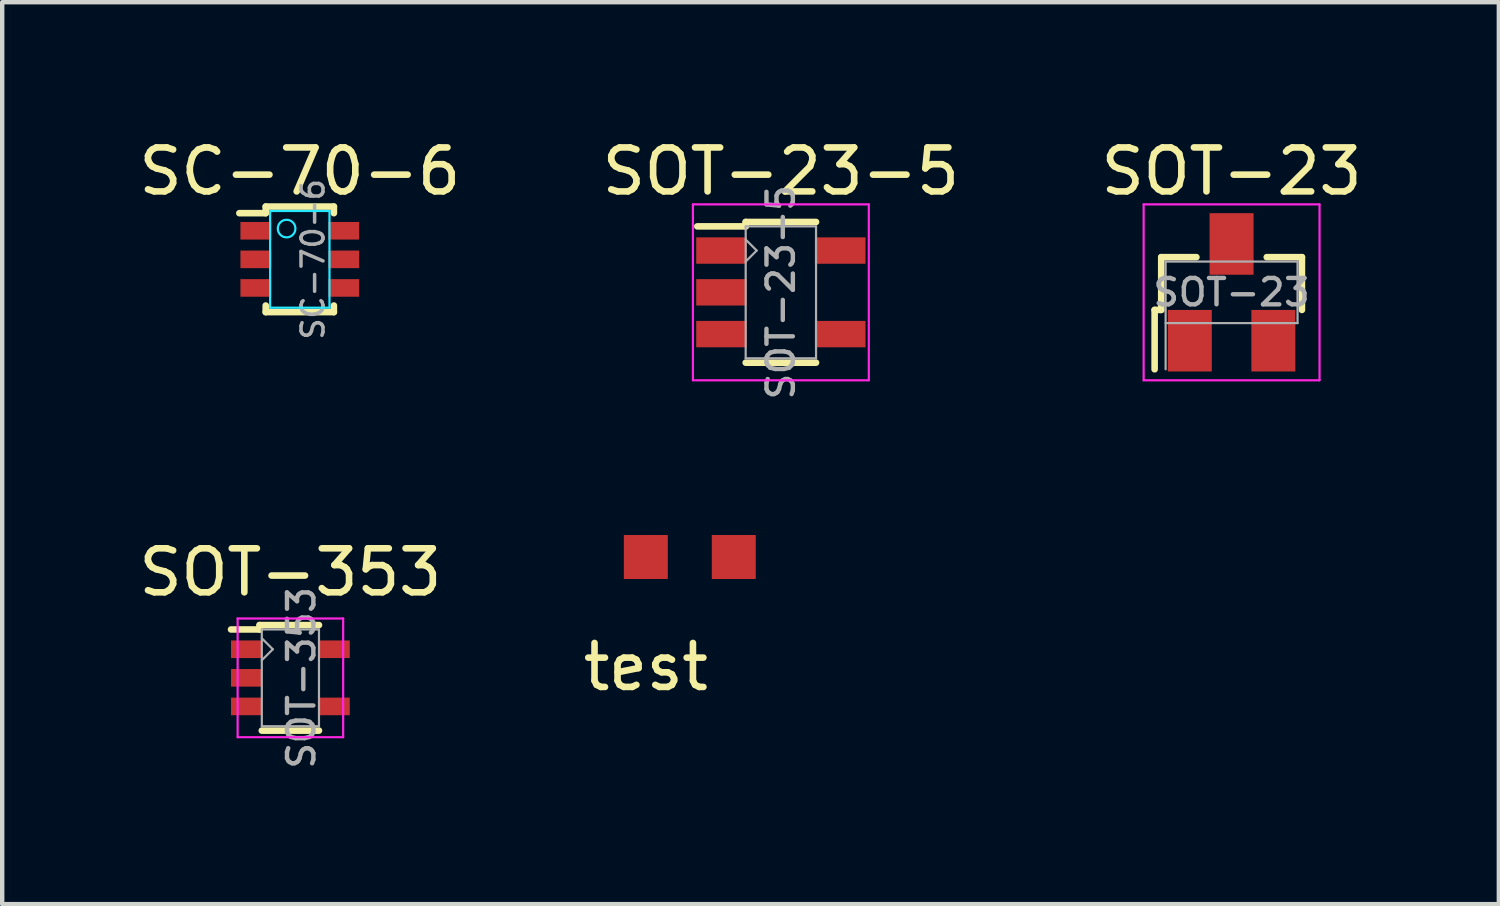
<source format=kicad_pcb>
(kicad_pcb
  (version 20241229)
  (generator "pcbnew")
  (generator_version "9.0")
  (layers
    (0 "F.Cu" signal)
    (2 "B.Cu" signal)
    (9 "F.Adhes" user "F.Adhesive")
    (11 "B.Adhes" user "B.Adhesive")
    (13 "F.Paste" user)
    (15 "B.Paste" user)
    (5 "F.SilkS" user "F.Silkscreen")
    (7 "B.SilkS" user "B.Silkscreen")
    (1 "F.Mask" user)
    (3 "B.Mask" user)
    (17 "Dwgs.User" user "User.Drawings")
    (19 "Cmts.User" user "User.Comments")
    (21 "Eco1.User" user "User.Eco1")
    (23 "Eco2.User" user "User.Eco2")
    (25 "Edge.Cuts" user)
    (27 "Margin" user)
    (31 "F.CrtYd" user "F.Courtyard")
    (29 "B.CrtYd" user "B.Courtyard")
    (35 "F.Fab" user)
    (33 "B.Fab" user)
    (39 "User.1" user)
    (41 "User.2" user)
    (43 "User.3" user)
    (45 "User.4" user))
  (footprint "SOT-353"
    (layer "F.Cu")
    (at 3.554 12.365)
    (property "Reference" "SOT-353" (at 0.25 0 90) (layer "F.Fab") (effects (font (size 0.6 0.6) (thickness 0.1))))
    (attr smd)
    (fp_line (start -0.7 -1.2) (end -0.7 -1.1) (stroke (width 0.15) (type solid)) (layer "F.SilkS"))
    (fp_line (start -0.7 -1.1) (end -1.35 -1.1) (stroke (width 0.15) (type solid)) (layer "F.SilkS"))
    (fp_line (start -0.65 1.2) (end 0.65 1.2) (stroke (width 0.15) (type solid)) (layer "F.SilkS"))
    (fp_line (start 0.65 -1.2) (end -0.7 -1.2) (stroke (width 0.15) (type solid)) (layer "F.SilkS"))
    (fp_line (start -1.2 -1.35) (end 1.2 -1.35) (stroke (width 0.05) (type solid)) (layer "F.CrtYd"))
    (fp_line (start -1.2 1.35) (end -1.2 -1.35) (stroke (width 0.05) (type solid)) (layer "F.CrtYd"))
    (fp_line (start 1.2 -1.35) (end 1.2 1.35) (stroke (width 0.05) (type solid)) (layer "F.CrtYd"))
    (fp_line (start 1.2 1.35) (end -1.2 1.35) (stroke (width 0.05) (type solid)) (layer "F.CrtYd"))
    (fp_line (start -0.65 -1.1) (end 0.65 -1.1) (stroke (width 0.05) (type solid)) (layer "F.Fab"))
    (fp_line (start -0.65 -0.9) (end -0.4 -0.65) (stroke (width 0.05) (type solid)) (layer "F.Fab"))
    (fp_line (start -0.65 1.1) (end -0.65 -1.1) (stroke (width 0.05) (type solid)) (layer "F.Fab"))
    (fp_line (start -0.4 -0.65) (end -0.65 -0.4) (stroke (width 0.05) (type solid)) (layer "F.Fab"))
    (fp_line (start 0.65 -1.1) (end 0.65 1.1) (stroke (width 0.05) (type solid)) (layer "F.Fab"))
    (fp_line (start 0.65 1.1) (end -0.65 1.1) (stroke (width 0.05) (type solid)) (layer "F.Fab"))
    (fp_text user "${REFERENCE}" (at 0 -2.4 0) (layer "F.SilkS") (effects (font (size 1 1) (thickness 0.15))))
    (pad "1" smd rect (at -1 -0.65) (size 0.7 0.4) (layers "F.Cu" "F.Mask" "F.Paste"))
    (pad "2" smd rect (at -1 0) (size 0.7 0.4) (layers "F.Cu" "F.Mask" "F.Paste"))
    (pad "3" smd rect (at -1 0.65) (size 0.7 0.4) (layers "F.Cu" "F.Mask" "F.Paste"))
    (pad "4" smd rect (at 1 0.65) (size 0.7 0.4) (layers "F.Cu" "F.Mask" "F.Paste"))
    (pad "5" smd rect (at 1 -0.65) (size 0.7 0.4) (layers "F.Cu" "F.Mask" "F.Paste")))
  (footprint "SC-70-6"
    (layer "F.Cu")
    (at 3.768 2.848)
    (property "Reference" "SC-70-6" (at 0.3 0 90) (layer "F.Fab") (effects (font (size 0.5 0.5) (thickness 0.08))))
    (attr through_hole)
    (fp_line (start -0.775 -1.2) (end -0.775 -1.05) (stroke (width 0.15) (type solid)) (layer "F.SilkS"))
    (fp_line (start -0.775 -1.2) (end 0.775 -1.2) (stroke (width 0.15) (type solid)) (layer "F.SilkS"))
    (fp_line (start -0.775 -1.05) (end -1.375 -1.05) (stroke (width 0.15) (type solid)) (layer "F.SilkS"))
    (fp_line (start -0.775 1.2) (end -0.775 1.05) (stroke (width 0.15) (type solid)) (layer "F.SilkS"))
    (fp_line (start -0.775 1.2) (end 0.775 1.2) (stroke (width 0.15) (type solid)) (layer "F.SilkS"))
    (fp_line (start 0.775 -1.2) (end 0.775 -1.05) (stroke (width 0.15) (type solid)) (layer "F.SilkS"))
    (fp_line (start 0.775 1.2) (end 0.775 1.05) (stroke (width 0.15) (type solid)) (layer "F.SilkS"))
    (fp_line (start -0.675 -1.1) (end 0.675 -1.1) (stroke (width 0.05) (type solid)) (layer "B.CrtYd"))
    (fp_line (start -0.675 1.1) (end -0.675 -1.1) (stroke (width 0.05) (type solid)) (layer "B.CrtYd"))
    (fp_line (start 0.675 -1.1) (end 0.675 1.1) (stroke (width 0.05) (type solid)) (layer "B.CrtYd"))
    (fp_line (start 0.675 1.1) (end -0.675 1.1) (stroke (width 0.05) (type solid)) (layer "B.CrtYd"))
    (fp_circle (center -0.3 -0.7) (end -0.5 -0.7) (stroke (width 0.05) (type solid)) (fill no) (layer "B.CrtYd"))
    (fp_text user "${REFERENCE}" (at 0 -2 0) (layer "F.SilkS") (effects (font (size 1 1) (thickness 0.15))))
    (pad "1" smd rect (at -1 -0.65) (size 0.7 0.4) (layers "F.Cu" "F.Mask" "F.Paste"))
    (pad "2" smd rect (at -1 0) (size 0.7 0.4) (layers "F.Cu" "F.Mask" "F.Paste"))
    (pad "3" smd rect (at -1 0.65) (size 0.7 0.4) (layers "F.Cu" "F.Mask" "F.Paste"))
    (pad "4" smd rect (at 1 0.65) (size 0.7 0.4) (layers "F.Cu" "F.Mask" "F.Paste"))
    (pad "5" smd rect (at 1 0) (size 0.7 0.4) (layers "F.Cu" "F.Mask" "F.Paste"))
    (pad "6" smd rect (at 1 -0.65) (size 0.7 0.4) (layers "F.Cu" "F.Mask" "F.Paste")))
  (footprint "test"
    (layer "F.Cu")
    (at 11.637 11.617)
    (property "Reference" "test" (at 0 0.5 0) (layer "F.SilkS") (effects (font (size 1 1) (thickness 0.15))))
    (attr through_hole)
    (pad "" smd rect (at 2 -2) (size 0.6 0.6) (layers "F.Paste"))
    (pad "" smd rect (at 2 -2) (size 0.8 0.8) (layers "F.Mask"))
    (pad "1" smd rect (at 0 -2) (size 1 1) (layers "F.Cu" "F.Mask" "F.Paste"))
    (pad "1" smd rect (at 2 -2) (size 1 1) (layers "F.Cu")))
  (footprint "SOT-23"
    (layer "F.Cu")
    (at 24.958 3.598)
    (property "Reference" "SOT-23" (at 0 0 0) (layer "F.Fab") (effects (font (size 0.6 0.6) (thickness 0.1))))
    (attr smd)
    (fp_line (start -1.75 0.4) (end -1.75 1.75) (stroke (width 0.15) (type solid)) (layer "F.SilkS"))
    (fp_line (start -1.75 0.4) (end -1.6 0.4) (stroke (width 0.15) (type solid)) (layer "F.SilkS"))
    (fp_line (start -1.6 -0.8) (end -0.8 -0.8) (stroke (width 0.15) (type solid)) (layer "F.SilkS"))
    (fp_line (start -1.6 0.4) (end -1.6 -0.8) (stroke (width 0.15) (type solid)) (layer "F.SilkS"))
    (fp_line (start 0.8 -0.8) (end 1.6 -0.8) (stroke (width 0.15) (type solid)) (layer "F.SilkS"))
    (fp_line (start 1.6 -0.8) (end 1.6 0.4) (stroke (width 0.15) (type solid)) (layer "F.SilkS"))
    (fp_line (start -2 -2) (end 2 -2) (stroke (width 0.05) (type solid)) (layer "F.CrtYd"))
    (fp_line (start -2 2) (end -2 -2) (stroke (width 0.05) (type solid)) (layer "F.CrtYd"))
    (fp_line (start 2 -2) (end 2 2) (stroke (width 0.05) (type solid)) (layer "F.CrtYd"))
    (fp_line (start 2 2) (end -2 2) (stroke (width 0.05) (type solid)) (layer "F.CrtYd"))
    (fp_line (start -1.5 -0.7) (end -1.5 1.75) (stroke (width 0.05) (type solid)) (layer "F.Fab"))
    (fp_line (start -1.5 -0.7) (end 1.5 -0.7) (stroke (width 0.05) (type solid)) (layer "F.Fab"))
    (fp_line (start 1.5 -0.7) (end 1.5 0.7) (stroke (width 0.05) (type solid)) (layer "F.Fab"))
    (fp_line (start 1.5 0.7) (end -1.5 0.7) (stroke (width 0.05) (type solid)) (layer "F.Fab"))
    (fp_text user "${REFERENCE}" (at 0 -2.75 0) (layer "F.SilkS") (effects (font (size 1 1) (thickness 0.15))))
    (pad "1" smd rect (at -0.95 1.1) (size 1 1.4) (layers "F.Cu" "F.Mask" "F.Paste"))
    (pad "2" smd rect (at 0.95 1.1) (size 1 1.4) (layers "F.Cu" "F.Mask" "F.Paste"))
    (pad "3" smd rect (at 0 -1.1) (size 1 1.4) (layers "F.Cu" "F.Mask" "F.Paste")))
  (footprint "SOT-23-5"
    (layer "F.Cu")
    (at 14.708 3.598)
    (property "Reference" "SOT-23-5" (at 0 0 90) (layer "F.Fab") (effects (font (size 0.6 0.6) (thickness 0.1))))
    (attr smd)
    (fp_line (start -0.8 -1.6) (end -0.8 -1.5) (stroke (width 0.15) (type solid)) (layer "F.SilkS"))
    (fp_line (start -0.8 -1.5) (end -1.9 -1.5) (stroke (width 0.15) (type solid)) (layer "F.SilkS"))
    (fp_line (start -0.8 1.6) (end 0.8 1.6) (stroke (width 0.15) (type solid)) (layer "F.SilkS"))
    (fp_line (start 0.8 -1.6) (end -0.8 -1.6) (stroke (width 0.15) (type solid)) (layer "F.SilkS"))
    (fp_line (start -2 -2) (end 2 -2) (stroke (width 0.05) (type solid)) (layer "F.CrtYd"))
    (fp_line (start -2 2) (end -2 -2) (stroke (width 0.05) (type solid)) (layer "F.CrtYd"))
    (fp_line (start 2 -2) (end 2 2) (stroke (width 0.05) (type solid)) (layer "F.CrtYd"))
    (fp_line (start 2 2) (end -2 2) (stroke (width 0.05) (type solid)) (layer "F.CrtYd"))
    (fp_line (start -0.8 -1.5) (end 0.8 -1.5) (stroke (width 0.05) (type solid)) (layer "F.Fab"))
    (fp_line (start -0.8 -1.2) (end -0.55 -0.95) (stroke (width 0.05) (type solid)) (layer "F.Fab"))
    (fp_line (start -0.8 1.5) (end -0.8 -1.5) (stroke (width 0.05) (type solid)) (layer "F.Fab"))
    (fp_line (start -0.55 -0.95) (end -0.8 -0.7) (stroke (width 0.05) (type solid)) (layer "F.Fab"))
    (fp_line (start 0.8 -1.5) (end 0.8 1.5) (stroke (width 0.05) (type solid)) (layer "F.Fab"))
    (fp_line (start 0.8 1.5) (end -0.8 1.5) (stroke (width 0.05) (type solid)) (layer "F.Fab"))
    (fp_text user "${REFERENCE}" (at 0 -2.75 0) (layer "F.SilkS") (effects (font (size 1 1) (thickness 0.15))))
    (pad "1" smd rect (at -1.35 -0.95) (size 1.15 0.6) (layers "F.Cu" "F.Mask" "F.Paste"))
    (pad "2" smd rect (at -1.35 0) (size 1.15 0.6) (layers "F.Cu" "F.Mask" "F.Paste"))
    (pad "3" smd rect (at -1.35 0.95) (size 1.15 0.6) (layers "F.Cu" "F.Mask" "F.Paste"))
    (pad "4" smd rect (at 1.35 0.95) (size 1.15 0.6) (layers "F.Cu" "F.Mask" "F.Paste"))
    (pad "5" smd rect (at 1.35 -0.95) (size 1.15 0.6) (layers "F.Cu" "F.Mask" "F.Paste")))
  (gr_rect
    (start -3 -3)
    (end 31.036 17.512)
    (stroke (width 0.1) (type default))
    (fill no)
    (layer "Edge.Cuts")))
</source>
